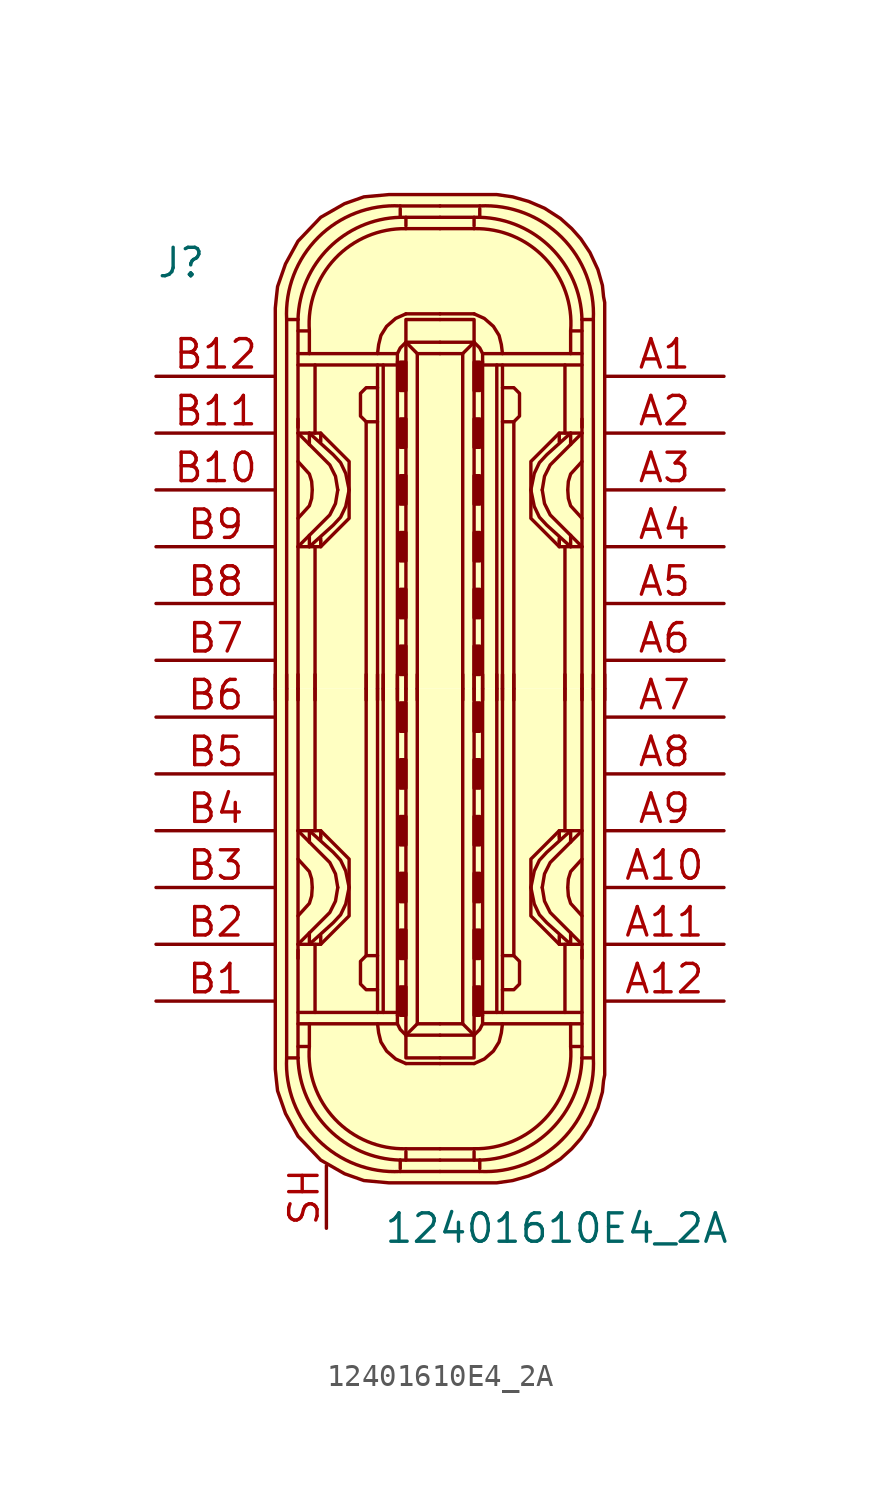
<source format=kicad_sym>
(kicad_symbol_lib
  (version 20220914)
  (generator kicad_symbol_editor)
  (symbol "12401610E4_2A"
    (pin_names
      (offset 1.016))
    (property "Reference" "J"
      (at -12.7 19.05 0)
      (effects (font (size 1.27 1.27)) (justify left)))
    (property "Value" "12401610E4_2A"
      (at -2.54 -24.13 0)
      (effects (font (size 1.27 1.27)) (justify left)))
    (symbol "12401610E4_2A_1_1"
      (arc (start -6.858 -16.51) (mid -5.4492 -20.1812) (end -1.778 -21.59) (stroke (width 0) (type default)) (fill (type none)))
      (arc (start -6.35 -16.51) (mid -4.9749 -19.7069) (end -1.778 -21.082) (stroke (width 0) (type default)) (fill (type none)))
      (arc (start -5.842 -16.002) (mid -4.6972 -19.2495) (end -1.524 -20.574) (stroke (width 0) (type default)) (fill (type none)))
      (rectangle (start -1.778 -14.605) (end -1.524 -13.335) (stroke (width 0) (type default)) (fill (type outline)))
      (rectangle (start -1.778 -12.065) (end -1.524 -10.795) (stroke (width 0) (type default)) (fill (type outline)))
      (rectangle (start -1.778 -9.525) (end -1.524 -8.255) (stroke (width 0) (type default)) (fill (type outline)))
      (rectangle (start -1.778 -6.985) (end -1.524 -5.715) (stroke (width 0) (type default)) (fill (type outline)))
      (rectangle (start -1.778 -4.445) (end -1.524 -3.175) (stroke (width 0) (type default)) (fill (type outline)))
      (rectangle (start -1.778 -1.905) (end -1.524 -0.635) (stroke (width 0) (type default)) (fill (type outline)))
      (rectangle (start -1.778 1.905) (end -1.524 0.635) (stroke (width 0) (type default)) (fill (type outline)))
      (rectangle (start -1.778 4.445) (end -1.524 3.175) (stroke (width 0) (type default)) (fill (type outline)))
      (rectangle (start -1.778 6.985) (end -1.524 5.715) (stroke (width 0) (type default)) (fill (type outline)))
      (rectangle (start -1.778 9.525) (end -1.524 8.255) (stroke (width 0) (type default)) (fill (type outline)))
      (rectangle (start -1.778 12.065) (end -1.524 10.795) (stroke (width 0) (type default)) (fill (type outline)))
      (rectangle (start -1.778 14.605) (end -1.524 13.335) (stroke (width 0) (type default)) (fill (type outline)))
      (arc (start -1.778 21.082) (mid -4.9749 19.7069) (end -6.35 16.51) (stroke (width 0) (type default)) (fill (type none)))
      (arc (start -1.778 21.59) (mid -5.4492 20.1812) (end -6.858 16.51) (stroke (width 0) (type default)) (fill (type none)))
      (arc (start -1.524 20.574) (mid -4.6883 19.2412) (end -5.842 16.002) (stroke (width 0) (type default)) (fill (type none)))
      (polyline (pts (xy -7.366 -0.508) (xy -7.366 0.635)) (stroke (width 0) (type default)) (fill (type none)))
      (polyline (pts (xy -6.858 -0.508) (xy -6.858 0.635)) (stroke (width 0) (type default)) (fill (type none)))
      (polyline (pts (xy -6.35 -14.986) (xy -1.905 -14.986)) (stroke (width 0) (type default)) (fill (type none)))
      (polyline (pts (xy -6.35 -12.065) (xy -6.35 0)) (stroke (width 0) (type default)) (fill (type none)))
      (polyline (pts (xy -6.35 -0.508) (xy -6.35 0.635)) (stroke (width 0) (type default)) (fill (type none)))
      (polyline (pts (xy -6.35 12.065) (xy -6.35 0)) (stroke (width 0) (type default)) (fill (type none)))
      (polyline (pts (xy -6.35 14.986) (xy -1.905 14.986)) (stroke (width 0) (type default)) (fill (type none)))
      (polyline (pts (xy -5.842 -11.43) (xy -5.842 -10.922)) (stroke (width 0) (type default)) (fill (type none)))
      (polyline (pts (xy -5.842 -6.35) (xy -5.842 -6.858)) (stroke (width 0) (type default)) (fill (type none)))
      (polyline (pts (xy -5.842 6.35) (xy -5.842 6.858)) (stroke (width 0) (type default)) (fill (type none)))
      (polyline (pts (xy -5.842 11.43) (xy -5.842 10.922)) (stroke (width 0) (type default)) (fill (type none)))
      (polyline (pts (xy -5.588 -14.478) (xy -5.588 -11.43)) (stroke (width 0) (type default)) (fill (type none)))
      (polyline (pts (xy -5.588 -6.35) (xy -5.588 0)) (stroke (width 0) (type default)) (fill (type none)))
      (polyline (pts (xy -5.588 -0.508) (xy -5.588 0.635)) (stroke (width 0) (type default)) (fill (type none)))
      (polyline (pts (xy -5.588 6.35) (xy -5.588 0)) (stroke (width 0) (type default)) (fill (type none)))
      (polyline (pts (xy -5.588 14.478) (xy -5.588 11.43)) (stroke (width 0) (type default)) (fill (type none)))
      (polyline (pts (xy -5.334 -11.43) (xy -5.334 -11.049)) (stroke (width 0) (type default)) (fill (type none)))
      (polyline (pts (xy -5.334 -6.604) (xy -5.334 -6.731)) (stroke (width 0) (type default)) (fill (type none)))
      (polyline (pts (xy -5.334 -6.35) (xy -5.334 -6.604)) (stroke (width 0) (type default)) (fill (type none)))
      (polyline (pts (xy -5.334 6.35) (xy -5.334 6.604)) (stroke (width 0) (type default)) (fill (type none)))
      (polyline (pts (xy -5.334 6.604) (xy -5.334 6.731)) (stroke (width 0) (type default)) (fill (type none)))
      (polyline (pts (xy -5.334 11.43) (xy -5.334 11.049)) (stroke (width 0) (type default)) (fill (type none)))
      (polyline (pts (xy -3.302 -0.508) (xy -3.302 0.635)) (stroke (width 0) (type default)) (fill (type none)))
      (polyline (pts (xy -3.302 0) (xy -3.302 -11.938)) (stroke (width 0) (type default)) (fill (type none)))
      (polyline (pts (xy -3.302 0) (xy -3.302 11.938)) (stroke (width 0) (type default)) (fill (type none)))
      (polyline (pts (xy -2.794 -0.508) (xy -2.794 0.635)) (stroke (width 0) (type default)) (fill (type none)))
      (polyline (pts (xy -2.794 0) (xy -2.794 -14.478)) (stroke (width 0) (type default)) (fill (type none)))
      (polyline (pts (xy -2.794 0) (xy -2.794 14.478)) (stroke (width 0) (type default)) (fill (type none)))
      (polyline (pts (xy -2.54 -14.478) (xy -2.54 0)) (stroke (width 0) (type default)) (fill (type none)))
      (polyline (pts (xy -2.54 -0.508) (xy -2.54 0.635)) (stroke (width 0) (type default)) (fill (type none)))
      (polyline (pts (xy -2.54 14.478) (xy -2.54 0)) (stroke (width 0) (type default)) (fill (type none)))
      (polyline (pts (xy -1.905 -14.478) (xy -6.35 -14.478)) (stroke (width 0) (type default)) (fill (type none)))
      (polyline (pts (xy -1.905 -0.508) (xy -1.905 0.635)) (stroke (width 0) (type default)) (fill (type none)))
      (polyline (pts (xy -1.905 0) (xy -1.905 -14.605)) (stroke (width 0) (type default)) (fill (type none)))
      (polyline (pts (xy -1.905 0) (xy -1.905 14.605)) (stroke (width 0) (type default)) (fill (type none)))
      (polyline (pts (xy -1.905 14.478) (xy -6.35 14.478)) (stroke (width 0) (type default)) (fill (type none)))
      (polyline (pts (xy -1.778 -21.59) (xy 0 -21.59)) (stroke (width 0) (type default)) (fill (type background)))
      (polyline (pts (xy -1.778 -21.082) (xy -1.778 -21.463)) (stroke (width 0) (type default)) (fill (type none)))
      (polyline (pts (xy -1.778 -21.082) (xy 0 -21.082)) (stroke (width 0) (type default)) (fill (type none)))
      (polyline (pts (xy -1.778 21.082) (xy -1.778 21.463)) (stroke (width 0) (type default)) (fill (type none)))
      (polyline (pts (xy -1.778 21.082) (xy 0 21.082)) (stroke (width 0) (type default)) (fill (type none)))
      (polyline (pts (xy -1.778 21.59) (xy 0 21.59)) (stroke (width 0) (type default)) (fill (type background)))
      (polyline (pts (xy -1.524 -20.701) (xy -1.524 -21.082)) (stroke (width 0) (type default)) (fill (type none)))
      (polyline (pts (xy -1.524 -20.574) (xy 0 -20.574)) (stroke (width 0) (type default)) (fill (type none)))
      (polyline (pts (xy -1.524 -0.508) (xy -1.524 0.635)) (stroke (width 0) (type default)) (fill (type none)))
      (polyline (pts (xy -1.524 20.574) (xy 0 20.574)) (stroke (width 0) (type default)) (fill (type none)))
      (polyline (pts (xy -1.524 20.701) (xy -1.524 21.082)) (stroke (width 0) (type default)) (fill (type none)))
      (polyline (pts (xy -1.016 -14.986) (xy -1.524 -15.494)) (stroke (width 0) (type default)) (fill (type none)))
      (polyline (pts (xy -1.016 -0.508) (xy -1.016 0.635)) (stroke (width 0) (type default)) (fill (type none)))
      (polyline (pts (xy -1.016 14.986) (xy -1.524 15.494)) (stroke (width 0) (type default)) (fill (type none)))
      (polyline (pts (xy 0 -16.764) (xy -1.524 -16.764)) (stroke (width 0) (type default)) (fill (type none)))
      (polyline (pts (xy 0 -16.764) (xy 1.524 -16.764)) (stroke (width 0) (type default)) (fill (type none)))
      (polyline (pts (xy 0 16.764) (xy -1.524 16.764)) (stroke (width 0) (type default)) (fill (type none)))
      (polyline (pts (xy 0 16.764) (xy 1.524 16.764)) (stroke (width 0) (type default)) (fill (type none)))
      (polyline (pts (xy 1.016 -14.986) (xy 1.524 -15.494)) (stroke (width 0) (type default)) (fill (type none)))
      (polyline (pts (xy 1.016 -0.508) (xy 1.016 0.635)) (stroke (width 0) (type default)) (fill (type none)))
      (polyline (pts (xy 1.016 14.986) (xy 1.524 15.494)) (stroke (width 0) (type default)) (fill (type none)))
      (polyline (pts (xy 1.524 -20.701) (xy 1.524 -21.082)) (stroke (width 0) (type default)) (fill (type none)))
      (polyline (pts (xy 1.524 -20.574) (xy 0 -20.574)) (stroke (width 0) (type default)) (fill (type none)))
      (polyline (pts (xy 1.524 -0.508) (xy 1.524 0.635)) (stroke (width 0) (type default)) (fill (type none)))
      (polyline (pts (xy 1.524 20.574) (xy 0 20.574)) (stroke (width 0) (type default)) (fill (type none)))
      (polyline (pts (xy 1.524 20.701) (xy 1.524 21.082)) (stroke (width 0) (type default)) (fill (type none)))
      (polyline (pts (xy 1.778 -21.59) (xy 0 -21.59)) (stroke (width 0) (type default)) (fill (type background)))
      (polyline (pts (xy 1.778 -21.082) (xy 0 -21.082)) (stroke (width 0) (type default)) (fill (type none)))
      (polyline (pts (xy 1.778 -21.082) (xy 1.778 -21.463)) (stroke (width 0) (type default)) (fill (type none)))
      (polyline (pts (xy 1.778 21.082) (xy 0 21.082)) (stroke (width 0) (type default)) (fill (type none)))
      (polyline (pts (xy 1.778 21.082) (xy 1.778 21.463)) (stroke (width 0) (type default)) (fill (type none)))
      (polyline (pts (xy 1.778 21.59) (xy 0 21.59)) (stroke (width 0) (type default)) (fill (type background)))
      (polyline (pts (xy 1.905 -14.478) (xy 6.35 -14.478)) (stroke (width 0) (type default)) (fill (type none)))
      (polyline (pts (xy 1.905 -0.508) (xy 1.905 0.635)) (stroke (width 0) (type default)) (fill (type none)))
      (polyline (pts (xy 1.905 0) (xy 1.905 -14.605)) (stroke (width 0) (type default)) (fill (type none)))
      (polyline (pts (xy 1.905 0) (xy 1.905 14.605)) (stroke (width 0) (type default)) (fill (type none)))
      (polyline (pts (xy 1.905 14.478) (xy 6.35 14.478)) (stroke (width 0) (type default)) (fill (type none)))
      (polyline (pts (xy 2.54 -14.478) (xy 2.54 0)) (stroke (width 0) (type default)) (fill (type none)))
      (polyline (pts (xy 2.54 -0.508) (xy 2.54 0.635)) (stroke (width 0) (type default)) (fill (type none)))
      (polyline (pts (xy 2.54 14.478) (xy 2.54 0)) (stroke (width 0) (type default)) (fill (type none)))
      (polyline (pts (xy 2.794 -0.508) (xy 2.794 0.635)) (stroke (width 0) (type default)) (fill (type none)))
      (polyline (pts (xy 2.794 0) (xy 2.794 -14.478)) (stroke (width 0) (type default)) (fill (type none)))
      (polyline (pts (xy 2.794 0) (xy 2.794 14.478)) (stroke (width 0) (type default)) (fill (type none)))
      (polyline (pts (xy 3.302 -0.508) (xy 3.302 0.635)) (stroke (width 0) (type default)) (fill (type none)))
      (polyline (pts (xy 3.302 0) (xy 3.302 -11.938)) (stroke (width 0) (type default)) (fill (type none)))
      (polyline (pts (xy 3.302 0) (xy 3.302 11.938)) (stroke (width 0) (type default)) (fill (type none)))
      (polyline (pts (xy 5.334 -11.43) (xy 5.334 -11.049)) (stroke (width 0) (type default)) (fill (type none)))
      (polyline (pts (xy 5.334 -6.604) (xy 5.334 -6.731)) (stroke (width 0) (type default)) (fill (type none)))
      (polyline (pts (xy 5.334 -6.35) (xy 5.334 -6.604)) (stroke (width 0) (type default)) (fill (type none)))
      (polyline (pts (xy 5.334 6.35) (xy 5.334 6.604)) (stroke (width 0) (type default)) (fill (type none)))
      (polyline (pts (xy 5.334 6.604) (xy 5.334 6.731)) (stroke (width 0) (type default)) (fill (type none)))
      (polyline (pts (xy 5.334 11.43) (xy 5.334 11.049)) (stroke (width 0) (type default)) (fill (type none)))
      (polyline (pts (xy 5.588 -14.478) (xy 5.588 -11.43)) (stroke (width 0) (type default)) (fill (type none)))
      (polyline (pts (xy 5.588 -6.35) (xy 5.588 0)) (stroke (width 0) (type default)) (fill (type none)))
      (polyline (pts (xy 5.588 -0.508) (xy 5.588 0.635)) (stroke (width 0) (type default)) (fill (type none)))
      (polyline (pts (xy 5.588 6.35) (xy 5.588 0)) (stroke (width 0) (type default)) (fill (type none)))
      (polyline (pts (xy 5.588 14.478) (xy 5.588 11.43)) (stroke (width 0) (type default)) (fill (type none)))
      (polyline (pts (xy 5.842 -11.43) (xy 5.842 -10.922)) (stroke (width 0) (type default)) (fill (type none)))
      (polyline (pts (xy 5.842 -6.35) (xy 5.842 -6.858)) (stroke (width 0) (type default)) (fill (type none)))
      (polyline (pts (xy 5.842 6.35) (xy 5.842 6.858)) (stroke (width 0) (type default)) (fill (type none)))
      (polyline (pts (xy 5.842 11.43) (xy 5.842 10.922)) (stroke (width 0) (type default)) (fill (type none)))
      (polyline (pts (xy 6.35 -14.986) (xy 1.905 -14.986)) (stroke (width 0) (type default)) (fill (type none)))
      (polyline (pts (xy 6.35 -12.065) (xy 6.35 0)) (stroke (width 0) (type default)) (fill (type none)))
      (polyline (pts (xy 6.35 -0.508) (xy 6.35 0.635)) (stroke (width 0) (type default)) (fill (type none)))
      (polyline (pts (xy 6.35 12.065) (xy 6.35 0)) (stroke (width 0) (type default)) (fill (type none)))
      (polyline (pts (xy 6.35 14.986) (xy 1.905 14.986)) (stroke (width 0) (type default)) (fill (type none)))
      (polyline (pts (xy 6.858 -0.508) (xy 6.858 0.635)) (stroke (width 0) (type default)) (fill (type none)))
      (polyline (pts (xy 7.366 -0.508) (xy 7.366 0.635)) (stroke (width 0) (type default)) (fill (type none)))
      (polyline (pts (xy -6.35 -16.51) (xy -6.858 -16.51) (xy -6.858 0)) (stroke (width 0) (type default)) (fill (type none)))
      (polyline (pts (xy -6.35 -11.684) (xy -6.35 -15.875) (xy -6.35 -16.51)) (stroke (width 0) (type default)) (fill (type none)))
      (polyline (pts (xy -6.35 11.684) (xy -6.35 15.875) (xy -6.35 16.51)) (stroke (width 0) (type default)) (fill (type none)))
      (polyline (pts (xy -6.35 16.51) (xy -6.858 16.51) (xy -6.858 0)) (stroke (width 0) (type default)) (fill (type none)))
      (polyline (pts (xy -5.842 -14.986) (xy -5.842 -16.002) (xy -6.35 -16.002)) (stroke (width 0) (type default)) (fill (type none)))
      (polyline (pts (xy -5.842 14.986) (xy -5.842 16.002) (xy -6.35 16.002)) (stroke (width 0) (type default)) (fill (type none)))
      (polyline (pts (xy -1.524 0) (xy -1.524 -15.494) (xy 0 -15.494)) (stroke (width 0) (type default)) (fill (type none)))
      (polyline (pts (xy -1.524 0) (xy -1.524 15.494) (xy 0 15.494)) (stroke (width 0) (type default)) (fill (type none)))
      (polyline (pts (xy -1.016 0) (xy -1.016 -14.986) (xy 0 -14.986)) (stroke (width 0) (type default)) (fill (type none)))
      (polyline (pts (xy -1.016 0) (xy -1.016 14.986) (xy 0 14.986)) (stroke (width 0) (type default)) (fill (type none)))
      (polyline (pts (xy 1.016 0) (xy 1.016 -14.986) (xy 0 -14.986)) (stroke (width 0) (type default)) (fill (type none)))
      (polyline (pts (xy 1.016 0) (xy 1.016 14.986) (xy 0 14.986)) (stroke (width 0) (type default)) (fill (type none)))
      (polyline (pts (xy 1.524 0) (xy 1.524 -15.494) (xy 0 -15.494)) (stroke (width 0) (type default)) (fill (type none)))
      (polyline (pts (xy 1.524 0) (xy 1.524 15.494) (xy 0 15.494)) (stroke (width 0) (type default)) (fill (type none)))
      (polyline (pts (xy 5.842 -14.986) (xy 5.842 -16.002) (xy 6.35 -16.002)) (stroke (width 0) (type default)) (fill (type none)))
      (polyline (pts (xy 5.842 14.986) (xy 5.842 16.002) (xy 6.35 16.002)) (stroke (width 0) (type default)) (fill (type none)))
      (polyline (pts (xy 6.35 -16.51) (xy 6.858 -16.51) (xy 6.858 0)) (stroke (width 0) (type default)) (fill (type none)))
      (polyline (pts (xy 6.35 -11.684) (xy 6.35 -15.875) (xy 6.35 -16.51)) (stroke (width 0) (type default)) (fill (type none)))
      (polyline (pts (xy 6.35 11.684) (xy 6.35 15.875) (xy 6.35 16.51)) (stroke (width 0) (type default)) (fill (type none)))
      (polyline (pts (xy 6.35 16.51) (xy 6.858 16.51) (xy 6.858 0)) (stroke (width 0) (type default)) (fill (type none)))
      (polyline (pts (xy -6.35 -11.43) (xy -4.928 -10.008) (xy -4.674 -9.5) (xy -4.572 -8.89)) (stroke (width 0) (type default)) (fill (type none)))
      (polyline (pts (xy -6.35 -10.16) (xy -5.842 -9.601) (xy -5.74 -9.271) (xy -5.715 -8.915)) (stroke (width 0) (type default)) (fill (type none)))
      (polyline (pts (xy -6.35 -7.62) (xy -5.842 -8.179) (xy -5.74 -8.509) (xy -5.715 -8.865)) (stroke (width 0) (type default)) (fill (type none)))
      (polyline (pts (xy -6.35 -6.35) (xy -4.928 -7.772) (xy -4.674 -8.28) (xy -4.572 -8.89)) (stroke (width 0) (type default)) (fill (type none)))
      (polyline (pts (xy -6.35 6.35) (xy -4.928 7.772) (xy -4.674 8.28) (xy -4.572 8.89)) (stroke (width 0) (type default)) (fill (type none)))
      (polyline (pts (xy -6.35 7.62) (xy -5.842 8.179) (xy -5.74 8.509) (xy -5.715 8.865)) (stroke (width 0) (type default)) (fill (type none)))
      (polyline (pts (xy -6.35 10.16) (xy -5.842 9.601) (xy -5.74 9.271) (xy -5.715 8.915)) (stroke (width 0) (type default)) (fill (type none)))
      (polyline (pts (xy -6.35 11.43) (xy -4.928 10.008) (xy -4.674 9.5) (xy -4.572 8.89)) (stroke (width 0) (type default)) (fill (type none)))
      (polyline (pts (xy -1.905 -14.605) (xy -1.905 -14.986) (xy -1.778 -15.24) (xy -1.524 -15.494)) (stroke (width 0) (type default)) (fill (type none)))
      (polyline (pts (xy -1.905 14.605) (xy -1.905 14.986) (xy -1.778 15.24) (xy -1.524 15.494)) (stroke (width 0) (type default)) (fill (type none)))
      (polyline (pts (xy 0 -16.51) (xy -1.397 -16.51) (xy -1.524 -16.51) (xy -1.524 -15.494)) (stroke (width 0) (type default)) (fill (type none)))
      (polyline (pts (xy 0 -16.51) (xy 1.397 -16.51) (xy 1.524 -16.51) (xy 1.524 -15.494)) (stroke (width 0) (type default)) (fill (type none)))
      (polyline (pts (xy 0 16.51) (xy -1.397 16.51) (xy -1.524 16.51) (xy -1.524 15.494)) (stroke (width 0) (type default)) (fill (type none)))
      (polyline (pts (xy 0 16.51) (xy 1.397 16.51) (xy 1.524 16.51) (xy 1.524 15.494)) (stroke (width 0) (type default)) (fill (type none)))
      (polyline (pts (xy 1.905 -14.605) (xy 1.905 -14.986) (xy 1.778 -15.24) (xy 1.524 -15.494)) (stroke (width 0) (type default)) (fill (type none)))
      (polyline (pts (xy 1.905 14.605) (xy 1.905 14.986) (xy 1.778 15.24) (xy 1.524 15.494)) (stroke (width 0) (type default)) (fill (type none)))
      (polyline (pts (xy 6.35 -11.43) (xy 4.928 -10.008) (xy 4.674 -9.5) (xy 4.572 -8.89)) (stroke (width 0) (type default)) (fill (type none)))
      (polyline (pts (xy 6.35 -10.16) (xy 5.842 -9.601) (xy 5.74 -9.271) (xy 5.715 -8.915)) (stroke (width 0) (type default)) (fill (type none)))
      (polyline (pts (xy 6.35 -7.62) (xy 5.842 -8.179) (xy 5.74 -8.509) (xy 5.715 -8.865)) (stroke (width 0) (type default)) (fill (type none)))
      (polyline (pts (xy 6.35 -6.35) (xy 4.928 -7.772) (xy 4.674 -8.28) (xy 4.572 -8.89)) (stroke (width 0) (type default)) (fill (type none)))
      (polyline (pts (xy 6.35 6.35) (xy 4.928 7.772) (xy 4.674 8.28) (xy 4.572 8.89)) (stroke (width 0) (type default)) (fill (type none)))
      (polyline (pts (xy 6.35 7.62) (xy 5.842 8.179) (xy 5.74 8.509) (xy 5.715 8.865)) (stroke (width 0) (type default)) (fill (type none)))
      (polyline (pts (xy 6.35 10.16) (xy 5.842 9.601) (xy 5.74 9.271) (xy 5.715 8.915)) (stroke (width 0) (type default)) (fill (type none)))
      (polyline (pts (xy 6.35 11.43) (xy 4.928 10.008) (xy 4.674 9.5) (xy 4.572 8.89)) (stroke (width 0) (type default)) (fill (type none)))
      (polyline (pts (xy -5.842 -11.43) (xy -4.775 -10.465) (xy -4.445 -10.109) (xy -4.216 -9.627) (xy -4.064 -8.89)) (stroke (width 0) (type default)) (fill (type none)))
      (polyline (pts (xy -5.842 -6.35) (xy -4.775 -7.315) (xy -4.445 -7.671) (xy -4.216 -8.153) (xy -4.064 -8.89)) (stroke (width 0) (type default)) (fill (type none)))
      (polyline (pts (xy -5.842 6.35) (xy -4.775 7.315) (xy -4.445 7.671) (xy -4.216 8.153) (xy -4.064 8.89)) (stroke (width 0) (type default)) (fill (type none)))
      (polyline (pts (xy -5.842 11.43) (xy -4.775 10.465) (xy -4.445 10.109) (xy -4.216 9.627) (xy -4.064 8.89)) (stroke (width 0) (type default)) (fill (type none)))
      (polyline (pts (xy 5.842 -11.43) (xy 4.775 -10.465) (xy 4.445 -10.109) (xy 4.216 -9.627) (xy 4.064 -8.89)) (stroke (width 0) (type default)) (fill (type none)))
      (polyline (pts (xy 5.842 -6.35) (xy 4.775 -7.315) (xy 4.445 -7.671) (xy 4.216 -8.153) (xy 4.064 -8.89)) (stroke (width 0) (type default)) (fill (type none)))
      (polyline (pts (xy 5.842 6.35) (xy 4.775 7.315) (xy 4.445 7.671) (xy 4.216 8.153) (xy 4.064 8.89)) (stroke (width 0) (type default)) (fill (type none)))
      (polyline (pts (xy 5.842 11.43) (xy 4.775 10.465) (xy 4.445 10.109) (xy 4.216 9.627) (xy 4.064 8.89)) (stroke (width 0) (type default)) (fill (type none)))
      (polyline (pts (xy -6.35 -11.43) (xy -5.334 -11.43) (xy -4.064 -10.16) (xy -4.064 -7.62) (xy -5.334 -6.35) (xy -6.35 -6.35)) (stroke (width 0) (type default)) (fill (type none)))
      (polyline (pts (xy -6.35 11.43) (xy -5.334 11.43) (xy -4.064 10.16) (xy -4.064 7.62) (xy -5.334 6.35) (xy -6.35 6.35)) (stroke (width 0) (type default)) (fill (type none)))
      (polyline (pts (xy -2.794 -14.986) (xy -2.743 -15.392) (xy -2.642 -15.799) (xy -2.388 -16.205) (xy -1.981 -16.561) (xy -1.524 -16.764)) (stroke (width 0) (type default)) (fill (type none)))
      (polyline (pts (xy -2.794 -13.462) (xy -3.302 -13.462) (xy -3.556 -13.208) (xy -3.556 -12.192) (xy -3.302 -11.938) (xy -2.794 -11.938)) (stroke (width 0) (type default)) (fill (type none)))
      (polyline (pts (xy -2.794 13.462) (xy -3.302 13.462) (xy -3.556 13.208) (xy -3.556 12.192) (xy -3.302 11.938) (xy -2.794 11.938)) (stroke (width 0) (type default)) (fill (type none)))
      (polyline (pts (xy -2.794 14.986) (xy -2.743 15.392) (xy -2.642 15.799) (xy -2.388 16.205) (xy -1.981 16.561) (xy -1.524 16.764)) (stroke (width 0) (type default)) (fill (type none)))
      (polyline (pts (xy 2.794 -14.986) (xy 2.743 -15.392) (xy 2.642 -15.799) (xy 2.388 -16.205) (xy 1.981 -16.561) (xy 1.524 -16.764)) (stroke (width 0) (type default)) (fill (type none)))
      (polyline (pts (xy 2.794 -13.462) (xy 3.302 -13.462) (xy 3.556 -13.208) (xy 3.556 -12.192) (xy 3.302 -11.938) (xy 2.794 -11.938)) (stroke (width 0) (type default)) (fill (type none)))
      (polyline (pts (xy 2.794 13.462) (xy 3.302 13.462) (xy 3.556 13.208) (xy 3.556 12.192) (xy 3.302 11.938) (xy 2.794 11.938)) (stroke (width 0) (type default)) (fill (type none)))
      (polyline (pts (xy 2.794 14.986) (xy 2.743 15.392) (xy 2.642 15.799) (xy 2.388 16.205) (xy 1.981 16.561) (xy 1.524 16.764)) (stroke (width 0) (type default)) (fill (type none)))
      (polyline (pts (xy 6.35 -11.43) (xy 5.334 -11.43) (xy 4.064 -10.16) (xy 4.064 -7.62) (xy 5.334 -6.35) (xy 6.35 -6.35)) (stroke (width 0) (type default)) (fill (type none)))
      (polyline (pts (xy 6.35 11.43) (xy 5.334 11.43) (xy 4.064 10.16) (xy 4.064 7.62) (xy 5.334 6.35) (xy 6.35 6.35)) (stroke (width 0) (type default)) (fill (type none)))
      (polyline (pts (xy 7.366 0) (xy 7.366 -17.018) (xy 7.366 -17.272) (xy 7.315 -17.526) (xy 7.264 -18.034) (xy 7.061 -18.745) (xy 6.706 -19.507) (xy 6.299 -20.117) (xy 5.893 -20.574) (xy 5.385 -21.031) (xy 4.674 -21.488) (xy 3.962 -21.793) (xy 3.251 -21.996) (xy 2.54 -22.098) (xy -2.286 -22.098) (xy -3.404 -21.996) (xy -4.267 -21.692) (xy -5.334 -21.082) (xy -6.35 -20.015) (xy -6.909 -18.999) (xy -7.264 -17.983) (xy -7.315 -17.526) (xy -7.366 -17.018) (xy -7.366 0)) (stroke (width 0) (type default)) (fill (type background)))
      (polyline (pts (xy 7.366 0) (xy 7.366 17.018) (xy 7.366 17.272) (xy 7.315 17.526) (xy 7.264 18.034) (xy 7.061 18.745) (xy 6.706 19.507) (xy 6.299 20.117) (xy 5.893 20.574) (xy 5.385 21.031) (xy 4.674 21.488) (xy 3.962 21.793) (xy 3.251 21.996) (xy 2.54 22.098) (xy -2.286 22.098) (xy -3.404 21.996) (xy -4.267 21.692) (xy -5.334 21.082) (xy -6.35 20.015) (xy -6.909 18.999) (xy -7.264 17.983) (xy -7.315 17.526) (xy -7.366 17.018) (xy -7.366 0)) (stroke (width 0) (type default)) (fill (type background)))
      (arc (start 1.524 -20.574) (mid 4.6883 -19.2412) (end 5.842 -16.002) (stroke (width 0) (type default)) (fill (type none)))
      (arc (start 1.778 -21.59) (mid 5.4492 -20.1812) (end 6.858 -16.51) (stroke (width 0) (type default)) (fill (type none)))
      (arc (start 1.778 -21.082) (mid 4.9749 -19.7069) (end 6.35 -16.51) (stroke (width 0) (type default)) (fill (type none)))
      (rectangle (start 1.778 -14.605) (end 1.524 -13.335) (stroke (width 0) (type default)) (fill (type outline)))
      (rectangle (start 1.778 -12.065) (end 1.524 -10.795) (stroke (width 0) (type default)) (fill (type outline)))
      (rectangle (start 1.778 -9.525) (end 1.524 -8.255) (stroke (width 0) (type default)) (fill (type outline)))
      (rectangle (start 1.778 -6.985) (end 1.524 -5.715) (stroke (width 0) (type default)) (fill (type outline)))
      (rectangle (start 1.778 -4.445) (end 1.524 -3.175) (stroke (width 0) (type default)) (fill (type outline)))
      (rectangle (start 1.778 -1.905) (end 1.524 -0.635) (stroke (width 0) (type default)) (fill (type outline)))
      (rectangle (start 1.778 1.905) (end 1.524 0.635) (stroke (width 0) (type default)) (fill (type outline)))
      (rectangle (start 1.778 4.445) (end 1.524 3.175) (stroke (width 0) (type default)) (fill (type outline)))
      (rectangle (start 1.778 6.985) (end 1.524 5.715) (stroke (width 0) (type default)) (fill (type outline)))
      (rectangle (start 1.778 9.525) (end 1.524 8.255) (stroke (width 0) (type default)) (fill (type outline)))
      (rectangle (start 1.778 12.065) (end 1.524 10.795) (stroke (width 0) (type default)) (fill (type outline)))
      (rectangle (start 1.778 14.605) (end 1.524 13.335) (stroke (width 0) (type default)) (fill (type outline)))
      (arc (start 5.842 16.002) (mid 4.6972 19.2495) (end 1.524 20.574) (stroke (width 0) (type default)) (fill (type none)))
      (arc (start 6.35 16.51) (mid 4.9749 19.7069) (end 1.778 21.082) (stroke (width 0) (type default)) (fill (type none)))
      (arc (start 6.858 16.51) (mid 5.4492 20.1812) (end 1.778 21.59) (stroke (width 0) (type default)) (fill (type none)))
      (pin passive line (at 12.7 13.97 180) (length 5.334) (name "~" (effects (font (size 1.27 1.27)))) (number "A1" (effects (font (size 1.27 1.27)))))
      (pin passive line (at 12.7 -8.89 180) (length 5.334) (name "~" (effects (font (size 1.27 1.27)))) (number "A10" (effects (font (size 1.27 1.27)))))
      (pin passive line (at 12.7 -11.43 180) (length 5.334) (name "~" (effects (font (size 1.27 1.27)))) (number "A11" (effects (font (size 1.27 1.27)))))
      (pin passive line (at 12.7 -13.97 180) (length 5.334) (name "~" (effects (font (size 1.27 1.27)))) (number "A12" (effects (font (size 1.27 1.27)))))
      (pin passive line (at 12.7 11.43 180) (length 5.334) (name "~" (effects (font (size 1.27 1.27)))) (number "A2" (effects (font (size 1.27 1.27)))))
      (pin passive line (at 12.7 8.89 180) (length 5.334) (name "~" (effects (font (size 1.27 1.27)))) (number "A3" (effects (font (size 1.27 1.27)))))
      (pin passive line (at 12.7 6.35 180) (length 5.334) (name "~" (effects (font (size 1.27 1.27)))) (number "A4" (effects (font (size 1.27 1.27)))))
      (pin passive line (at 12.7 3.81 180) (length 5.334) (name "~" (effects (font (size 1.27 1.27)))) (number "A5" (effects (font (size 1.27 1.27)))))
      (pin passive line (at 12.7 1.27 180) (length 5.334) (name "~" (effects (font (size 1.27 1.27)))) (number "A6" (effects (font (size 1.27 1.27)))))
      (pin passive line (at 12.7 -1.27 180) (length 5.334) (name "~" (effects (font (size 1.27 1.27)))) (number "A7" (effects (font (size 1.27 1.27)))))
      (pin passive line (at 12.7 -3.81 180) (length 5.334) (name "~" (effects (font (size 1.27 1.27)))) (number "A8" (effects (font (size 1.27 1.27)))))
      (pin passive line (at 12.7 -6.35 180) (length 5.334) (name "~" (effects (font (size 1.27 1.27)))) (number "A9" (effects (font (size 1.27 1.27)))))
      (pin passive line (at -12.7 -13.97 0) (length 5.334) (name "~" (effects (font (size 1.27 1.27)))) (number "B1" (effects (font (size 1.27 1.27)))))
      (pin passive line (at -12.7 8.89 0) (length 5.334) (name "~" (effects (font (size 1.27 1.27)))) (number "B10" (effects (font (size 1.27 1.27)))))
      (pin passive line (at -12.7 11.43 0) (length 5.334) (name "~" (effects (font (size 1.27 1.27)))) (number "B11" (effects (font (size 1.27 1.27)))))
      (pin passive line (at -12.7 13.97 0) (length 5.334) (name "~" (effects (font (size 1.27 1.27)))) (number "B12" (effects (font (size 1.27 1.27)))))
      (pin passive line (at -12.7 -11.43 0) (length 5.334) (name "~" (effects (font (size 1.27 1.27)))) (number "B2" (effects (font (size 1.27 1.27)))))
      (pin passive line (at -12.7 -8.89 0) (length 5.334) (name "~" (effects (font (size 1.27 1.27)))) (number "B3" (effects (font (size 1.27 1.27)))))
      (pin passive line (at -12.7 -6.35 0) (length 5.334) (name "~" (effects (font (size 1.27 1.27)))) (number "B4" (effects (font (size 1.27 1.27)))))
      (pin passive line (at -12.7 -3.81 0) (length 5.334) (name "~" (effects (font (size 1.27 1.27)))) (number "B5" (effects (font (size 1.27 1.27)))))
      (pin passive line (at -12.7 -1.27 0) (length 5.334) (name "~" (effects (font (size 1.27 1.27)))) (number "B6" (effects (font (size 1.27 1.27)))))
      (pin passive line (at -12.7 1.27 0) (length 5.334) (name "~" (effects (font (size 1.27 1.27)))) (number "B7" (effects (font (size 1.27 1.27)))))
      (pin passive line (at -12.7 3.81 0) (length 5.334) (name "~" (effects (font (size 1.27 1.27)))) (number "B8" (effects (font (size 1.27 1.27)))))
      (pin passive line (at -12.7 6.35 0) (length 5.334) (name "~" (effects (font (size 1.27 1.27)))) (number "B9" (effects (font (size 1.27 1.27)))))
      (pin input line (at -5.08 -24.13 90) (length 2.794) (name "~" (effects (font (size 1.27 1.27)))) (number "SH" (effects (font (size 1.27 1.27))))))))
</source>
